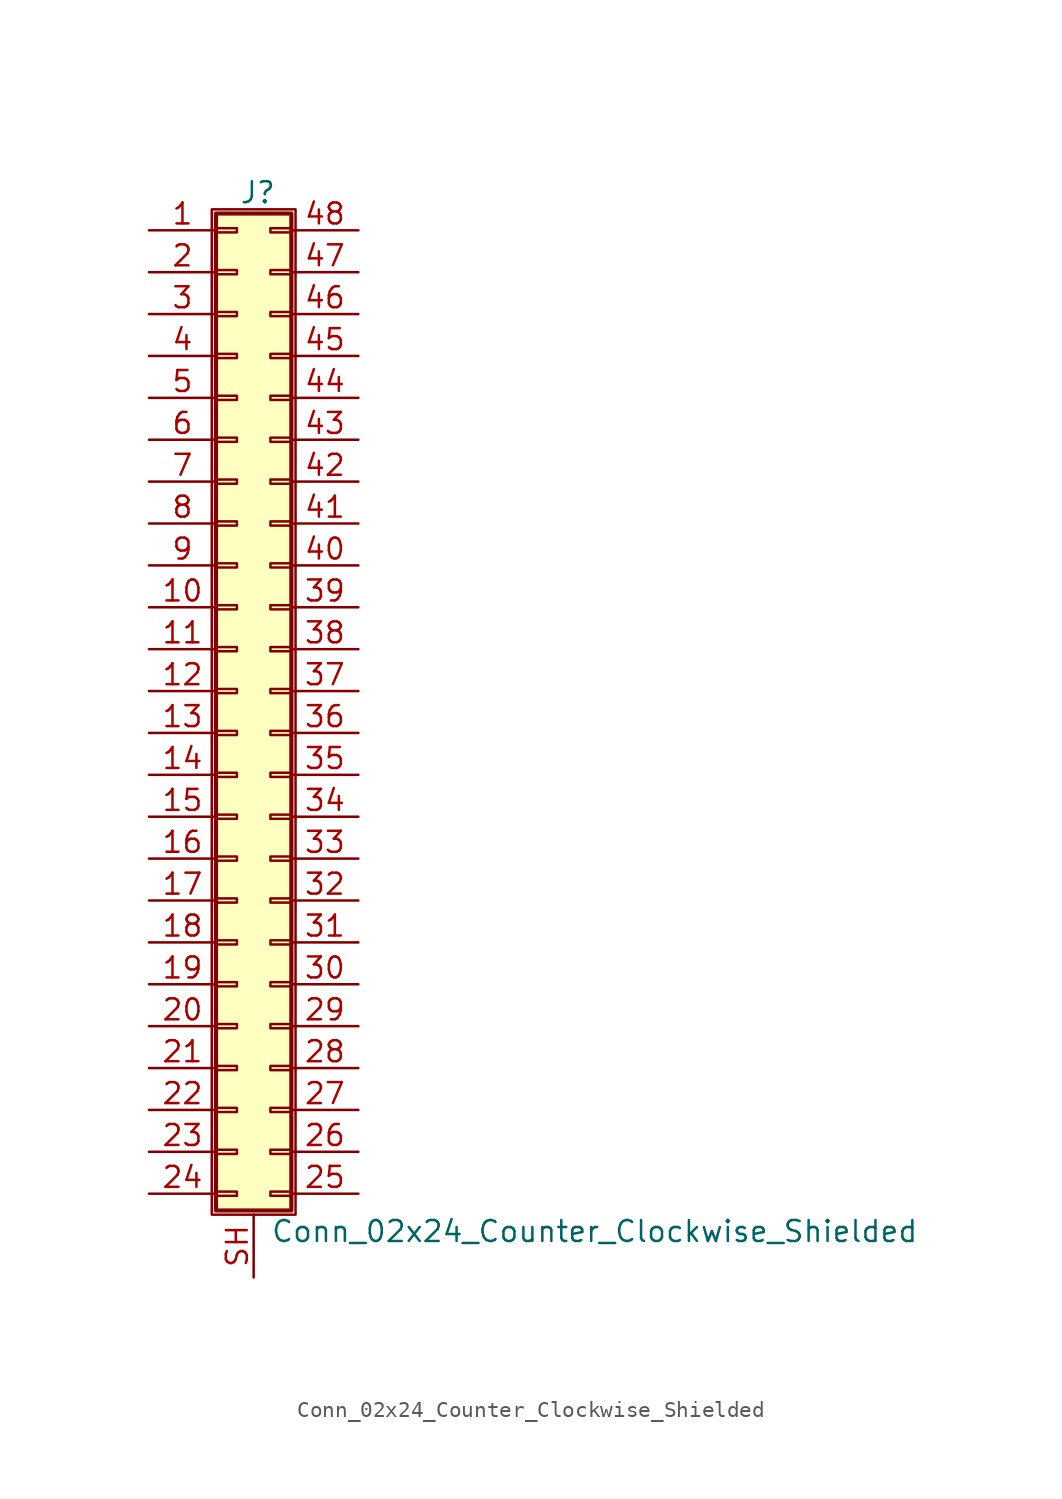
<source format=kicad_sym>
(kicad_symbol_lib
  (version 20211014)
  (generator kicad_symbol_editor)
  (symbol "Conn_02x24_Counter_Clockwise_Shielded"
    (pin_names
      (offset 1.016) hide)
    (property "Reference" "J"
      (at 1.524 30.226 0)
      (effects (font (size 1.27 1.27))))
    (property "Value" "Conn_02x24_Counter_Clockwise_Shielded"
      (at 2.286 -32.766 0)
      (effects (font (size 1.27 1.27)) (justify left)))
    (symbol "Conn_02x24_Counter_Clockwise_Shielded_1_1"
      (rectangle (start -1.27 29.21) (end 3.81 -31.75) (stroke (width 0.152) (type default) (color 0 0 0 0)) (fill (type none)))
      (rectangle (start -1.016 -30.353) (end 0.254 -30.607) (stroke (width 0.152) (type default) (color 0 0 0 0)) (fill (type none)))
      (rectangle (start -1.016 -27.813) (end 0.254 -28.067) (stroke (width 0.152) (type default) (color 0 0 0 0)) (fill (type none)))
      (rectangle (start -1.016 -25.273) (end 0.254 -25.527) (stroke (width 0.152) (type default) (color 0 0 0 0)) (fill (type none)))
      (rectangle (start -1.016 -22.733) (end 0.254 -22.987) (stroke (width 0.152) (type default) (color 0 0 0 0)) (fill (type none)))
      (rectangle (start -1.016 -20.193) (end 0.254 -20.447) (stroke (width 0.152) (type default) (color 0 0 0 0)) (fill (type none)))
      (rectangle (start -1.016 -17.653) (end 0.254 -17.907) (stroke (width 0.152) (type default) (color 0 0 0 0)) (fill (type none)))
      (rectangle (start -1.016 -15.113) (end 0.254 -15.367) (stroke (width 0.152) (type default) (color 0 0 0 0)) (fill (type none)))
      (rectangle (start -1.016 -12.573) (end 0.254 -12.827) (stroke (width 0.152) (type default) (color 0 0 0 0)) (fill (type none)))
      (rectangle (start -1.016 -10.033) (end 0.254 -10.287) (stroke (width 0.152) (type default) (color 0 0 0 0)) (fill (type none)))
      (rectangle (start -1.016 -7.493) (end 0.254 -7.747) (stroke (width 0.152) (type default) (color 0 0 0 0)) (fill (type none)))
      (rectangle (start -1.016 -4.953) (end 0.254 -5.207) (stroke (width 0.152) (type default) (color 0 0 0 0)) (fill (type none)))
      (rectangle (start -1.016 -2.413) (end 0.254 -2.667) (stroke (width 0.152) (type default) (color 0 0 0 0)) (fill (type none)))
      (rectangle (start -1.016 0.127) (end 0.254 -0.127) (stroke (width 0.152) (type default) (color 0 0 0 0)) (fill (type none)))
      (rectangle (start -1.016 2.667) (end 0.254 2.413) (stroke (width 0.152) (type default) (color 0 0 0 0)) (fill (type none)))
      (rectangle (start -1.016 5.207) (end 0.254 4.953) (stroke (width 0.152) (type default) (color 0 0 0 0)) (fill (type none)))
      (rectangle (start -1.016 7.747) (end 0.254 7.493) (stroke (width 0.152) (type default) (color 0 0 0 0)) (fill (type none)))
      (rectangle (start -1.016 10.287) (end 0.254 10.033) (stroke (width 0.152) (type default) (color 0 0 0 0)) (fill (type none)))
      (rectangle (start -1.016 12.827) (end 0.254 12.573) (stroke (width 0.152) (type default) (color 0 0 0 0)) (fill (type none)))
      (rectangle (start -1.016 15.367) (end 0.254 15.113) (stroke (width 0.152) (type default) (color 0 0 0 0)) (fill (type none)))
      (rectangle (start -1.016 17.907) (end 0.254 17.653) (stroke (width 0.152) (type default) (color 0 0 0 0)) (fill (type none)))
      (rectangle (start -1.016 20.447) (end 0.254 20.193) (stroke (width 0.152) (type default) (color 0 0 0 0)) (fill (type none)))
      (rectangle (start -1.016 22.987) (end 0.254 22.733) (stroke (width 0.152) (type default) (color 0 0 0 0)) (fill (type none)))
      (rectangle (start -1.016 25.527) (end 0.254 25.273) (stroke (width 0.152) (type default) (color 0 0 0 0)) (fill (type none)))
      (rectangle (start -1.016 28.067) (end 0.254 27.813) (stroke (width 0.152) (type default) (color 0 0 0 0)) (fill (type none)))
      (rectangle (start -1.016 28.956) (end 3.556 -31.496) (stroke (width 0.254) (type default) (color 0 0 0 0)) (fill (type background)))
      (rectangle (start 3.556 -30.353) (end 2.286 -30.607) (stroke (width 0.152) (type default) (color 0 0 0 0)) (fill (type none)))
      (rectangle (start 3.556 -27.813) (end 2.286 -28.067) (stroke (width 0.152) (type default) (color 0 0 0 0)) (fill (type none)))
      (rectangle (start 3.556 -25.273) (end 2.286 -25.527) (stroke (width 0.152) (type default) (color 0 0 0 0)) (fill (type none)))
      (rectangle (start 3.556 -22.733) (end 2.286 -22.987) (stroke (width 0.152) (type default) (color 0 0 0 0)) (fill (type none)))
      (rectangle (start 3.556 -20.193) (end 2.286 -20.447) (stroke (width 0.152) (type default) (color 0 0 0 0)) (fill (type none)))
      (rectangle (start 3.556 -17.653) (end 2.286 -17.907) (stroke (width 0.152) (type default) (color 0 0 0 0)) (fill (type none)))
      (rectangle (start 3.556 -15.113) (end 2.286 -15.367) (stroke (width 0.152) (type default) (color 0 0 0 0)) (fill (type none)))
      (rectangle (start 3.556 -12.573) (end 2.286 -12.827) (stroke (width 0.152) (type default) (color 0 0 0 0)) (fill (type none)))
      (rectangle (start 3.556 -10.033) (end 2.286 -10.287) (stroke (width 0.152) (type default) (color 0 0 0 0)) (fill (type none)))
      (rectangle (start 3.556 -7.493) (end 2.286 -7.747) (stroke (width 0.152) (type default) (color 0 0 0 0)) (fill (type none)))
      (rectangle (start 3.556 -4.953) (end 2.286 -5.207) (stroke (width 0.152) (type default) (color 0 0 0 0)) (fill (type none)))
      (rectangle (start 3.556 -2.413) (end 2.286 -2.667) (stroke (width 0.152) (type default) (color 0 0 0 0)) (fill (type none)))
      (rectangle (start 3.556 0.127) (end 2.286 -0.127) (stroke (width 0.152) (type default) (color 0 0 0 0)) (fill (type none)))
      (rectangle (start 3.556 2.667) (end 2.286 2.413) (stroke (width 0.152) (type default) (color 0 0 0 0)) (fill (type none)))
      (rectangle (start 3.556 5.207) (end 2.286 4.953) (stroke (width 0.152) (type default) (color 0 0 0 0)) (fill (type none)))
      (rectangle (start 3.556 7.747) (end 2.286 7.493) (stroke (width 0.152) (type default) (color 0 0 0 0)) (fill (type none)))
      (rectangle (start 3.556 10.287) (end 2.286 10.033) (stroke (width 0.152) (type default) (color 0 0 0 0)) (fill (type none)))
      (rectangle (start 3.556 12.827) (end 2.286 12.573) (stroke (width 0.152) (type default) (color 0 0 0 0)) (fill (type none)))
      (rectangle (start 3.556 15.367) (end 2.286 15.113) (stroke (width 0.152) (type default) (color 0 0 0 0)) (fill (type none)))
      (rectangle (start 3.556 17.907) (end 2.286 17.653) (stroke (width 0.152) (type default) (color 0 0 0 0)) (fill (type none)))
      (rectangle (start 3.556 20.447) (end 2.286 20.193) (stroke (width 0.152) (type default) (color 0 0 0 0)) (fill (type none)))
      (rectangle (start 3.556 22.987) (end 2.286 22.733) (stroke (width 0.152) (type default) (color 0 0 0 0)) (fill (type none)))
      (rectangle (start 3.556 25.527) (end 2.286 25.273) (stroke (width 0.152) (type default) (color 0 0 0 0)) (fill (type none)))
      (rectangle (start 3.556 28.067) (end 2.286 27.813) (stroke (width 0.152) (type default) (color 0 0 0 0)) (fill (type none)))
      (pin passive line (at -5.08 27.94 0) (length 4.064) (name "Pin_1" (effects (font (size 1.27 1.27)))) (number "1" (effects (font (size 1.27 1.27)))))
      (pin passive line (at -5.08 5.08 0) (length 4.064) (name "Pin_10" (effects (font (size 1.27 1.27)))) (number "10" (effects (font (size 1.27 1.27)))))
      (pin passive line (at -5.08 2.54 0) (length 4.064) (name "Pin_11" (effects (font (size 1.27 1.27)))) (number "11" (effects (font (size 1.27 1.27)))))
      (pin passive line (at -5.08 0 0) (length 4.064) (name "Pin_12" (effects (font (size 1.27 1.27)))) (number "12" (effects (font (size 1.27 1.27)))))
      (pin passive line (at -5.08 -2.54 0) (length 4.064) (name "Pin_13" (effects (font (size 1.27 1.27)))) (number "13" (effects (font (size 1.27 1.27)))))
      (pin passive line (at -5.08 -5.08 0) (length 4.064) (name "Pin_14" (effects (font (size 1.27 1.27)))) (number "14" (effects (font (size 1.27 1.27)))))
      (pin passive line (at -5.08 -7.62 0) (length 4.064) (name "Pin_15" (effects (font (size 1.27 1.27)))) (number "15" (effects (font (size 1.27 1.27)))))
      (pin passive line (at -5.08 -10.16 0) (length 4.064) (name "Pin_16" (effects (font (size 1.27 1.27)))) (number "16" (effects (font (size 1.27 1.27)))))
      (pin passive line (at -5.08 -12.7 0) (length 4.064) (name "Pin_17" (effects (font (size 1.27 1.27)))) (number "17" (effects (font (size 1.27 1.27)))))
      (pin passive line (at -5.08 -15.24 0) (length 4.064) (name "Pin_18" (effects (font (size 1.27 1.27)))) (number "18" (effects (font (size 1.27 1.27)))))
      (pin passive line (at -5.08 -17.78 0) (length 4.064) (name "Pin_19" (effects (font (size 1.27 1.27)))) (number "19" (effects (font (size 1.27 1.27)))))
      (pin passive line (at -5.08 25.4 0) (length 4.064) (name "Pin_2" (effects (font (size 1.27 1.27)))) (number "2" (effects (font (size 1.27 1.27)))))
      (pin passive line (at -5.08 -20.32 0) (length 4.064) (name "Pin_20" (effects (font (size 1.27 1.27)))) (number "20" (effects (font (size 1.27 1.27)))))
      (pin passive line (at -5.08 -22.86 0) (length 4.064) (name "Pin_21" (effects (font (size 1.27 1.27)))) (number "21" (effects (font (size 1.27 1.27)))))
      (pin passive line (at -5.08 -25.4 0) (length 4.064) (name "Pin_22" (effects (font (size 1.27 1.27)))) (number "22" (effects (font (size 1.27 1.27)))))
      (pin passive line (at -5.08 -27.94 0) (length 4.064) (name "Pin_23" (effects (font (size 1.27 1.27)))) (number "23" (effects (font (size 1.27 1.27)))))
      (pin passive line (at -5.08 -30.48 0) (length 4.064) (name "Pin_24" (effects (font (size 1.27 1.27)))) (number "24" (effects (font (size 1.27 1.27)))))
      (pin passive line (at 7.62 -30.48 180) (length 4.064) (name "Pin_25" (effects (font (size 1.27 1.27)))) (number "25" (effects (font (size 1.27 1.27)))))
      (pin passive line (at 7.62 -27.94 180) (length 4.064) (name "Pin_26" (effects (font (size 1.27 1.27)))) (number "26" (effects (font (size 1.27 1.27)))))
      (pin passive line (at 7.62 -25.4 180) (length 4.064) (name "Pin_27" (effects (font (size 1.27 1.27)))) (number "27" (effects (font (size 1.27 1.27)))))
      (pin passive line (at 7.62 -22.86 180) (length 4.064) (name "Pin_28" (effects (font (size 1.27 1.27)))) (number "28" (effects (font (size 1.27 1.27)))))
      (pin passive line (at 7.62 -20.32 180) (length 4.064) (name "Pin_29" (effects (font (size 1.27 1.27)))) (number "29" (effects (font (size 1.27 1.27)))))
      (pin passive line (at -5.08 22.86 0) (length 4.064) (name "Pin_3" (effects (font (size 1.27 1.27)))) (number "3" (effects (font (size 1.27 1.27)))))
      (pin passive line (at 7.62 -17.78 180) (length 4.064) (name "Pin_30" (effects (font (size 1.27 1.27)))) (number "30" (effects (font (size 1.27 1.27)))))
      (pin passive line (at 7.62 -15.24 180) (length 4.064) (name "Pin_31" (effects (font (size 1.27 1.27)))) (number "31" (effects (font (size 1.27 1.27)))))
      (pin passive line (at 7.62 -12.7 180) (length 4.064) (name "Pin_32" (effects (font (size 1.27 1.27)))) (number "32" (effects (font (size 1.27 1.27)))))
      (pin passive line (at 7.62 -10.16 180) (length 4.064) (name "Pin_33" (effects (font (size 1.27 1.27)))) (number "33" (effects (font (size 1.27 1.27)))))
      (pin passive line (at 7.62 -7.62 180) (length 4.064) (name "Pin_34" (effects (font (size 1.27 1.27)))) (number "34" (effects (font (size 1.27 1.27)))))
      (pin passive line (at 7.62 -5.08 180) (length 4.064) (name "Pin_35" (effects (font (size 1.27 1.27)))) (number "35" (effects (font (size 1.27 1.27)))))
      (pin passive line (at 7.62 -2.54 180) (length 4.064) (name "Pin_36" (effects (font (size 1.27 1.27)))) (number "36" (effects (font (size 1.27 1.27)))))
      (pin passive line (at 7.62 0 180) (length 4.064) (name "Pin_37" (effects (font (size 1.27 1.27)))) (number "37" (effects (font (size 1.27 1.27)))))
      (pin passive line (at 7.62 2.54 180) (length 4.064) (name "Pin_38" (effects (font (size 1.27 1.27)))) (number "38" (effects (font (size 1.27 1.27)))))
      (pin passive line (at 7.62 5.08 180) (length 4.064) (name "Pin_39" (effects (font (size 1.27 1.27)))) (number "39" (effects (font (size 1.27 1.27)))))
      (pin passive line (at -5.08 20.32 0) (length 4.064) (name "Pin_4" (effects (font (size 1.27 1.27)))) (number "4" (effects (font (size 1.27 1.27)))))
      (pin passive line (at 7.62 7.62 180) (length 4.064) (name "Pin_40" (effects (font (size 1.27 1.27)))) (number "40" (effects (font (size 1.27 1.27)))))
      (pin passive line (at 7.62 10.16 180) (length 4.064) (name "Pin_41" (effects (font (size 1.27 1.27)))) (number "41" (effects (font (size 1.27 1.27)))))
      (pin passive line (at 7.62 12.7 180) (length 4.064) (name "Pin_42" (effects (font (size 1.27 1.27)))) (number "42" (effects (font (size 1.27 1.27)))))
      (pin passive line (at 7.62 15.24 180) (length 4.064) (name "Pin_43" (effects (font (size 1.27 1.27)))) (number "43" (effects (font (size 1.27 1.27)))))
      (pin passive line (at 7.62 17.78 180) (length 4.064) (name "Pin_44" (effects (font (size 1.27 1.27)))) (number "44" (effects (font (size 1.27 1.27)))))
      (pin passive line (at 7.62 20.32 180) (length 4.064) (name "Pin_45" (effects (font (size 1.27 1.27)))) (number "45" (effects (font (size 1.27 1.27)))))
      (pin passive line (at 7.62 22.86 180) (length 4.064) (name "Pin_46" (effects (font (size 1.27 1.27)))) (number "46" (effects (font (size 1.27 1.27)))))
      (pin passive line (at 7.62 25.4 180) (length 4.064) (name "Pin_47" (effects (font (size 1.27 1.27)))) (number "47" (effects (font (size 1.27 1.27)))))
      (pin passive line (at 7.62 27.94 180) (length 4.064) (name "Pin_48" (effects (font (size 1.27 1.27)))) (number "48" (effects (font (size 1.27 1.27)))))
      (pin passive line (at -5.08 17.78 0) (length 4.064) (name "Pin_5" (effects (font (size 1.27 1.27)))) (number "5" (effects (font (size 1.27 1.27)))))
      (pin passive line (at -5.08 15.24 0) (length 4.064) (name "Pin_6" (effects (font (size 1.27 1.27)))) (number "6" (effects (font (size 1.27 1.27)))))
      (pin passive line (at -5.08 12.7 0) (length 4.064) (name "Pin_7" (effects (font (size 1.27 1.27)))) (number "7" (effects (font (size 1.27 1.27)))))
      (pin passive line (at -5.08 10.16 0) (length 4.064) (name "Pin_8" (effects (font (size 1.27 1.27)))) (number "8" (effects (font (size 1.27 1.27)))))
      (pin passive line (at -5.08 7.62 0) (length 4.064) (name "Pin_9" (effects (font (size 1.27 1.27)))) (number "9" (effects (font (size 1.27 1.27)))))
      (pin passive line (at 1.27 -35.56 90) (length 3.81) (name "Shield" (effects (font (size 1.27 1.27)))) (number "SH" (effects (font (size 1.27 1.27))))))))
</source>
